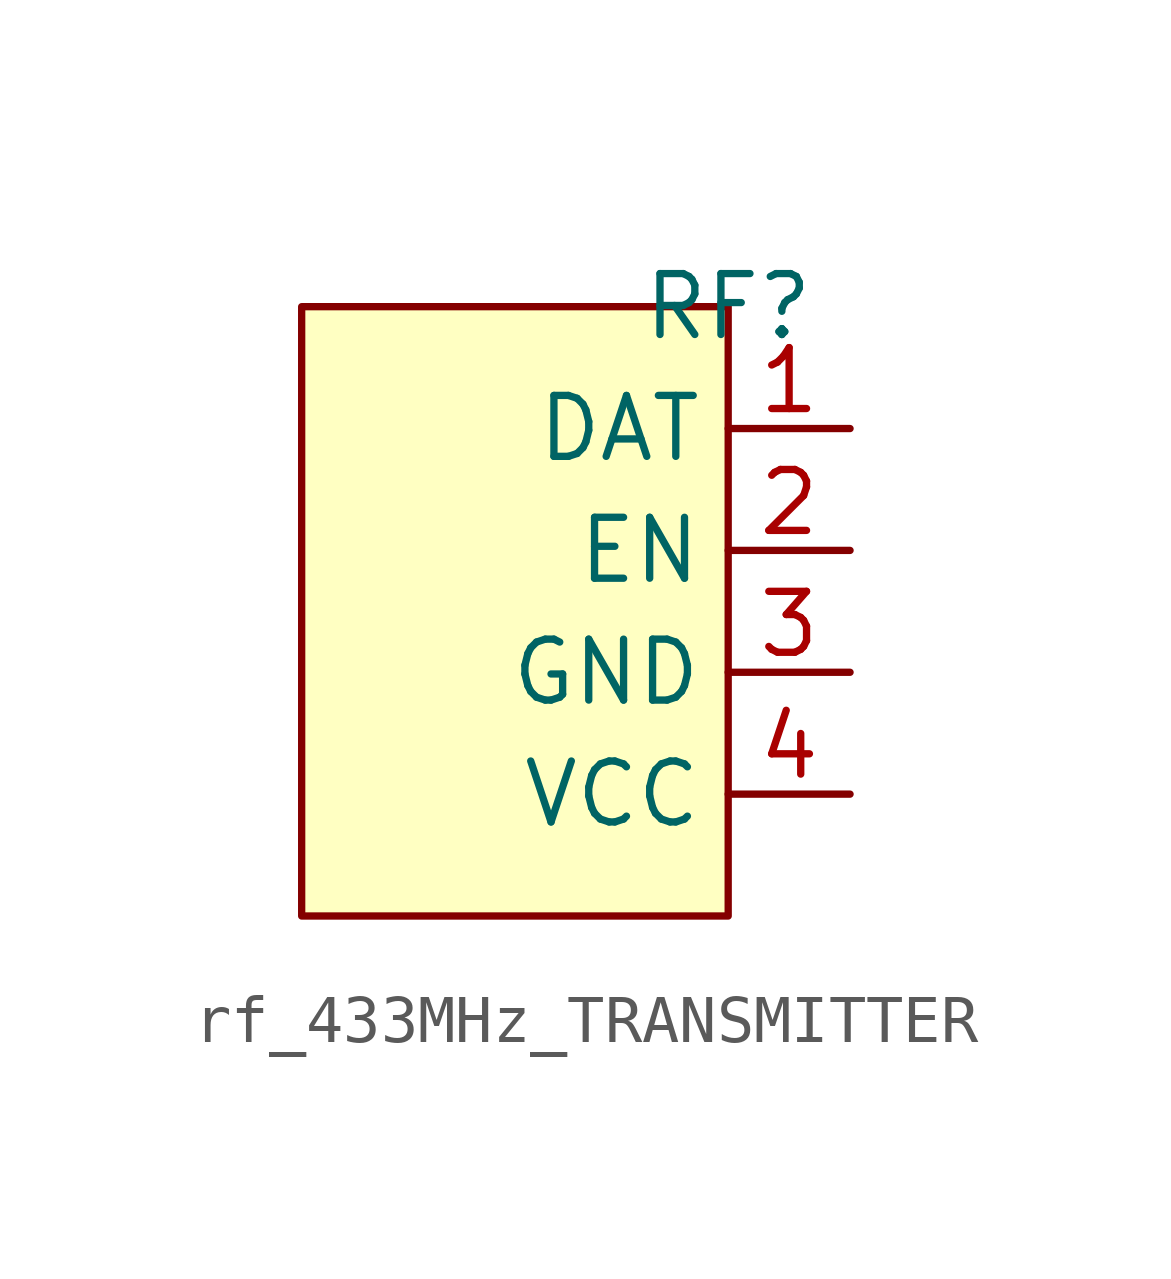
<source format=kicad_sym>
(kicad_symbol_lib
  (version 20241209)
  (generator "kicad_symbol_editor")
  (generator_version "9.0")
  (symbol "rf_433MHz_TRANSMITTER"
    (property "Reference" "RF"
      (at 0 0 0)
      (effects (font (size 1.27 1.27))))
    (property "Value" ""
      (at 0 0 0)
      (effects (font (size 1.27 1.27))))
    (symbol "rf_433MHz_TRANSMITTER_1_1"
      (rectangle (start -8.89 0) (end 0 -12.7) (stroke (width 0) (type solid)) (fill (type background)))
      (pin input line (at 2.54 -2.54 180) (length 2.54) (name "DAT" (effects (font (size 1.27 1.27)))) (number "1" (effects (font (size 1.27 1.27)))))
      (pin input line (at 2.54 -5.08 180) (length 2.54) (name "EN" (effects (font (size 1.27 1.27)))) (number "2" (effects (font (size 1.27 1.27)))))
      (pin input line (at 2.54 -7.62 180) (length 2.54) (name "GND" (effects (font (size 1.27 1.27)))) (number "3" (effects (font (size 1.27 1.27)))))
      (pin input line (at 2.54 -10.16 180) (length 2.54) (name "VCC" (effects (font (size 1.27 1.27)))) (number "4" (effects (font (size 1.27 1.27))))))))
</source>
